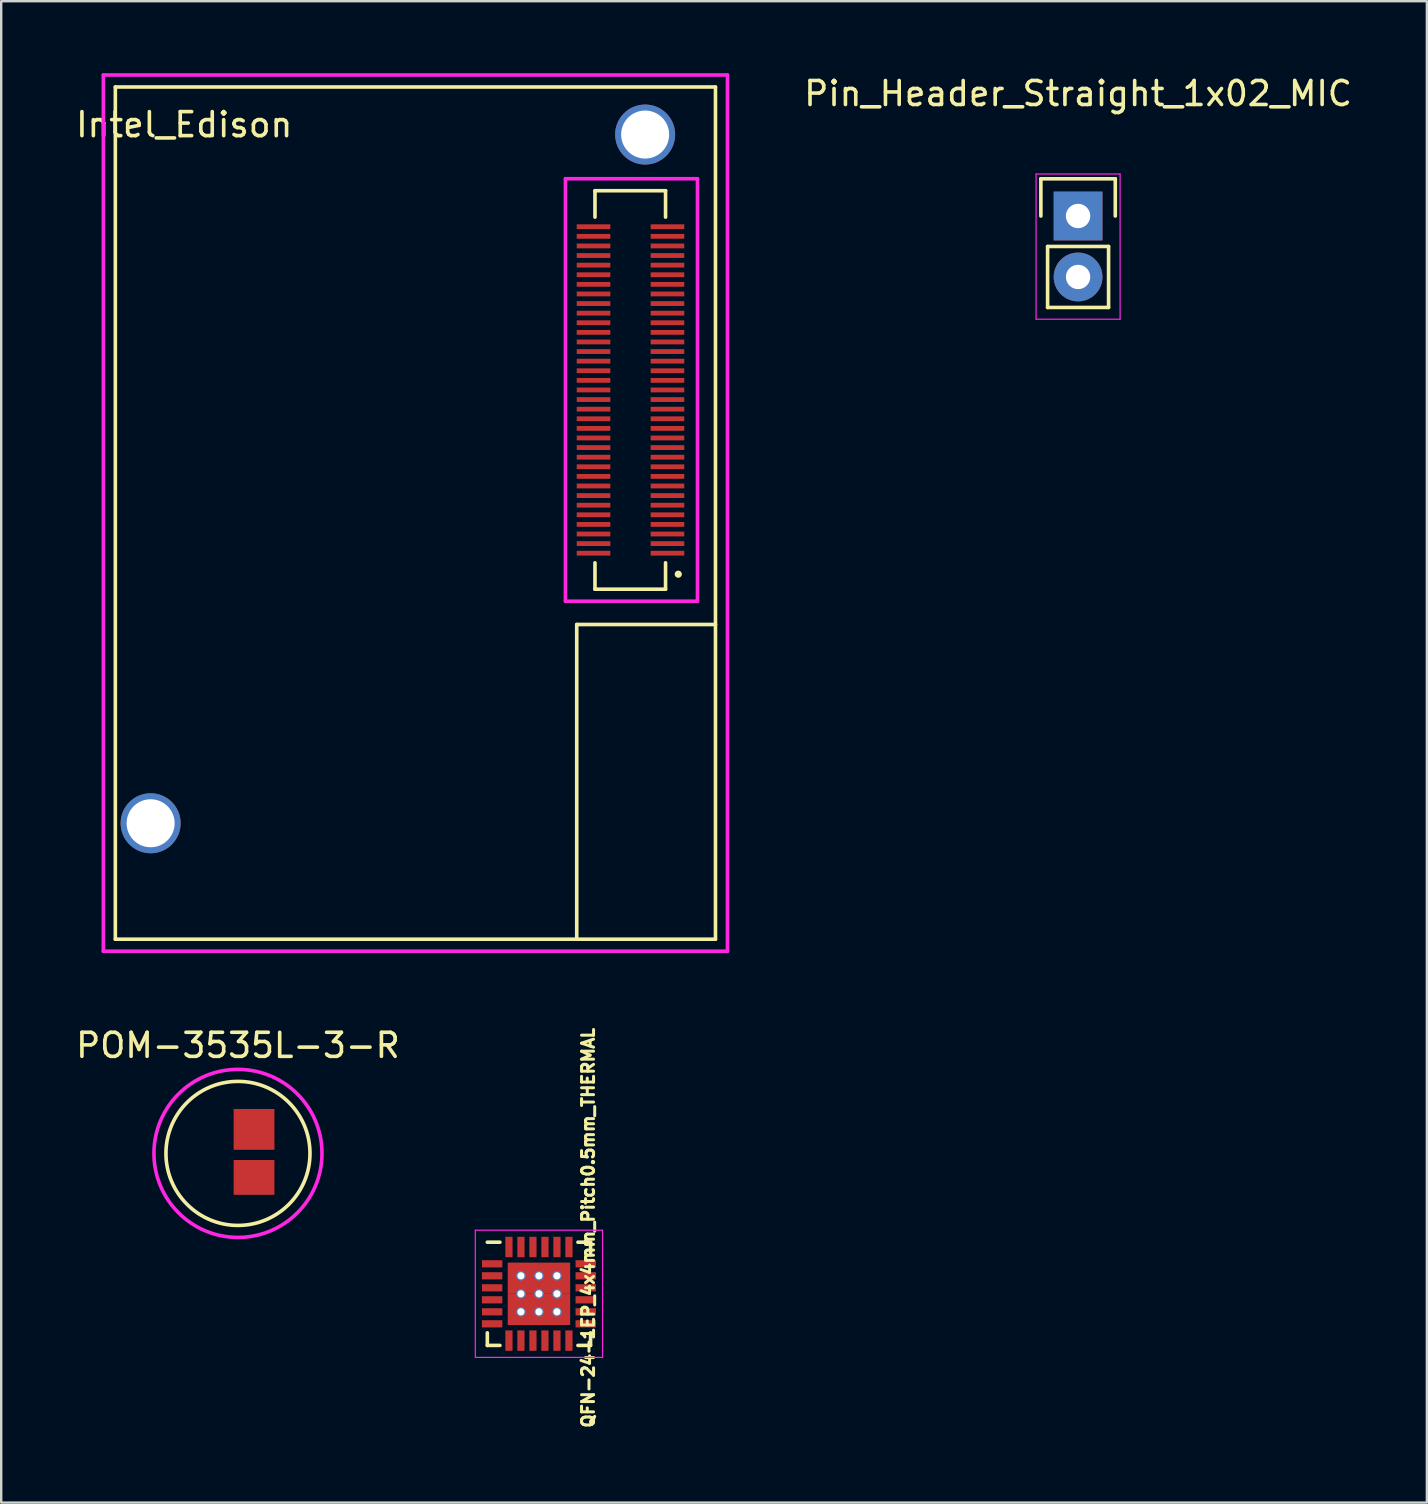
<source format=kicad_pcb>
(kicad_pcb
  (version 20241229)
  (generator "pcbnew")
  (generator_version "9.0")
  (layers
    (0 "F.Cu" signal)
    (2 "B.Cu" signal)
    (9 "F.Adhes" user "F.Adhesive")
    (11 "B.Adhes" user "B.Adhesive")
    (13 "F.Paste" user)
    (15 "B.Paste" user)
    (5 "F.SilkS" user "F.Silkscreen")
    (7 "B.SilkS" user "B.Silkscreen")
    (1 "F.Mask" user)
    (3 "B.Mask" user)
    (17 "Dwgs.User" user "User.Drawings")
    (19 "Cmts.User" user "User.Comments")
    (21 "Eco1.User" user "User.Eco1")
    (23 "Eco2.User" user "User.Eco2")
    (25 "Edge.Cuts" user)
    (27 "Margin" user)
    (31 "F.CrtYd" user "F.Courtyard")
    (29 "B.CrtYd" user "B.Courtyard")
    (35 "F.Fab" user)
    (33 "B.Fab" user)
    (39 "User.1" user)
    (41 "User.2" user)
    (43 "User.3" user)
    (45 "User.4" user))
  (footprint "POM-3535L-3-R"
    (layer "F.Cu")
    (at 6.863 44.998)
    (property "Reference" "POM-3535L-3-R" (at 0 -4.5 0) (layer "F.SilkS") (effects (font (size 1 1) (thickness 0.15))))
    (attr through_hole)
    (fp_circle (center 0 0) (end 3 0) (stroke (width 0.15) (type solid)) (fill no) (layer "F.SilkS"))
    (fp_circle (center 0 0) (end 3.5 0) (stroke (width 0.15) (type solid)) (fill no) (layer "F.CrtYd"))
    (pad "+" smd rect (at 0.67 -1 180) (size 1.7 1.7) (layers "F.Cu" "F.Mask" "F.Paste"))
    (pad "-" smd rect (at 0.67 1 180) (size 1.7 1.45) (layers "F.Cu" "F.Mask" "F.Paste")))
  (footprint "Intel_Edison"
    (layer "F.Cu")
    (at 3.225 31.245)
    (property "Reference" "Intel_Edison" (at 1.4 -29.1 180) (layer "F.SilkS") (effects (font (size 1 1) (thickness 0.15))))
    (attr through_hole)
    (fp_line (start -1.47 4.83) (end -1.47 -30.67) (stroke (width 0.15) (type solid)) (layer "F.SilkS"))
    (fp_line (start 17.75 -8.28) (end 17.75 4.83) (stroke (width 0.15) (type solid)) (layer "F.SilkS"))
    (fp_line (start 17.75 -8.28) (end 23.53 -8.28) (stroke (width 0.15) (type solid)) (layer "F.SilkS"))
    (fp_line (start 18.51 -26.35) (end 21.45 -26.35) (stroke (width 0.15) (type solid)) (layer "F.SilkS"))
    (fp_line (start 18.51 -25.25) (end 18.51 -26.35) (stroke (width 0.15) (type solid)) (layer "F.SilkS"))
    (fp_line (start 18.51 -9.75) (end 18.51 -10.85) (stroke (width 0.15) (type solid)) (layer "F.SilkS"))
    (fp_line (start 21.45 -25.25) (end 21.45 -26.35) (stroke (width 0.15) (type solid)) (layer "F.SilkS"))
    (fp_line (start 21.45 -9.75) (end 18.51 -9.75) (stroke (width 0.15) (type solid)) (layer "F.SilkS"))
    (fp_line (start 21.45 -9.75) (end 21.45 -10.85) (stroke (width 0.15) (type solid)) (layer "F.SilkS"))
    (fp_line (start 23.53 -30.67) (end -1.47 -30.67) (stroke (width 0.15) (type solid)) (layer "F.SilkS"))
    (fp_line (start 23.53 4.83) (end -1.47 4.83) (stroke (width 0.15) (type solid)) (layer "F.SilkS"))
    (fp_line (start 23.53 4.83) (end 23.53 -30.67) (stroke (width 0.15) (type solid)) (layer "F.SilkS"))
    (fp_circle (center 21.98 -10.375) (end 21.98 -10.45) (stroke (width 0.15) (type solid)) (fill no) (layer "F.SilkS"))
    (fp_line (start -1.97 5.33) (end -1.97 -31.17) (stroke (width 0.15) (type solid)) (layer "F.CrtYd"))
    (fp_line (start 17.28 -26.85) (end 22.78 -26.85) (stroke (width 0.15) (type solid)) (layer "F.CrtYd"))
    (fp_line (start 17.28 -9.25) (end 17.28 -26.85) (stroke (width 0.15) (type solid)) (layer "F.CrtYd"))
    (fp_line (start 22.78 -26.85) (end 22.78 -9.25) (stroke (width 0.15) (type solid)) (layer "F.CrtYd"))
    (fp_line (start 22.78 -9.25) (end 17.28 -9.25) (stroke (width 0.15) (type solid)) (layer "F.CrtYd"))
    (fp_line (start 24.03 -31.17) (end -1.97 -31.17) (stroke (width 0.15) (type solid)) (layer "F.CrtYd"))
    (fp_line (start 24.03 5.33) (end -1.97 5.33) (stroke (width 0.15) (type solid)) (layer "F.CrtYd"))
    (fp_line (start 24.03 5.33) (end 24.03 -31.17) (stroke (width 0.15) (type solid)) (layer "F.CrtYd"))
    (pad "1" smd rect (at 21.53 -11.25 90) (size 0.2 1.4) (layers "F.Cu" "F.Mask" "F.Paste"))
    (pad "2" smd rect (at 18.45 -11.25 90) (size 0.2 1.4) (layers "F.Cu" "F.Mask" "F.Paste"))
    (pad "3" smd rect (at 21.53 -11.65 90) (size 0.2 1.4) (layers "F.Cu" "F.Mask" "F.Paste"))
    (pad "4" smd rect (at 18.45 -11.65 90) (size 0.2 1.4) (layers "F.Cu" "F.Mask" "F.Paste"))
    (pad "5" smd rect (at 21.53 -12.05 90) (size 0.2 1.4) (layers "F.Cu" "F.Mask" "F.Paste"))
    (pad "6" smd rect (at 18.45 -12.05 90) (size 0.2 1.4) (layers "F.Cu" "F.Mask" "F.Paste"))
    (pad "7" smd rect (at 21.53 -12.45 90) (size 0.2 1.4) (layers "F.Cu" "F.Mask" "F.Paste"))
    (pad "8" smd rect (at 18.45 -12.45 90) (size 0.2 1.4) (layers "F.Cu" "F.Mask" "F.Paste"))
    (pad "9" smd rect (at 21.53 -12.85 90) (size 0.2 1.4) (layers "F.Cu" "F.Mask" "F.Paste"))
    (pad "10" smd rect (at 18.45 -12.85 90) (size 0.2 1.4) (layers "F.Cu" "F.Mask" "F.Paste"))
    (pad "11" smd rect (at 21.53 -13.25 90) (size 0.2 1.4) (layers "F.Cu" "F.Mask" "F.Paste"))
    (pad "12" smd rect (at 18.45 -13.25 90) (size 0.2 1.4) (layers "F.Cu" "F.Mask" "F.Paste"))
    (pad "13" smd rect (at 21.53 -13.65 90) (size 0.2 1.4) (layers "F.Cu" "F.Mask" "F.Paste"))
    (pad "14" smd rect (at 18.45 -13.65 90) (size 0.2 1.4) (layers "F.Cu" "F.Mask" "F.Paste"))
    (pad "15" smd rect (at 21.53 -14.05 90) (size 0.2 1.4) (layers "F.Cu" "F.Mask" "F.Paste"))
    (pad "16" smd rect (at 18.45 -14.05 90) (size 0.2 1.4) (layers "F.Cu" "F.Mask" "F.Paste"))
    (pad "17" smd rect (at 21.53 -14.45 90) (size 0.2 1.4) (layers "F.Cu" "F.Mask" "F.Paste"))
    (pad "18" smd rect (at 18.45 -14.45 90) (size 0.2 1.4) (layers "F.Cu" "F.Mask" "F.Paste"))
    (pad "19" smd rect (at 21.53 -14.85 90) (size 0.2 1.4) (layers "F.Cu" "F.Mask" "F.Paste"))
    (pad "20" smd rect (at 18.45 -14.85 90) (size 0.2 1.4) (layers "F.Cu" "F.Mask" "F.Paste"))
    (pad "21" smd rect (at 21.53 -15.25 90) (size 0.2 1.4) (layers "F.Cu" "F.Mask" "F.Paste"))
    (pad "22" smd rect (at 18.45 -15.25 90) (size 0.2 1.4) (layers "F.Cu" "F.Mask" "F.Paste"))
    (pad "23" smd rect (at 21.53 -15.65 90) (size 0.2 1.4) (layers "F.Cu" "F.Mask" "F.Paste"))
    (pad "24" smd rect (at 18.45 -15.65 90) (size 0.2 1.4) (layers "F.Cu" "F.Mask" "F.Paste"))
    (pad "25" smd rect (at 21.53 -16.05 90) (size 0.2 1.4) (layers "F.Cu" "F.Mask" "F.Paste"))
    (pad "26" smd rect (at 18.45 -16.05 90) (size 0.2 1.4) (layers "F.Cu" "F.Mask" "F.Paste"))
    (pad "27" smd rect (at 21.53 -16.45 90) (size 0.2 1.4) (layers "F.Cu" "F.Mask" "F.Paste"))
    (pad "28" smd rect (at 18.45 -16.45 90) (size 0.2 1.4) (layers "F.Cu" "F.Mask" "F.Paste"))
    (pad "29" smd rect (at 21.53 -16.85 90) (size 0.2 1.4) (layers "F.Cu" "F.Mask" "F.Paste"))
    (pad "30" smd rect (at 18.45 -16.85 90) (size 0.2 1.4) (layers "F.Cu" "F.Mask" "F.Paste"))
    (pad "31" smd rect (at 21.53 -17.25 90) (size 0.2 1.4) (layers "F.Cu" "F.Mask" "F.Paste"))
    (pad "32" smd rect (at 18.45 -17.25 90) (size 0.2 1.4) (layers "F.Cu" "F.Mask" "F.Paste"))
    (pad "33" smd rect (at 21.53 -17.65 90) (size 0.2 1.4) (layers "F.Cu" "F.Mask" "F.Paste"))
    (pad "34" smd rect (at 18.45 -17.65 90) (size 0.2 1.4) (layers "F.Cu" "F.Mask" "F.Paste"))
    (pad "35" smd rect (at 21.53 -18.05 90) (size 0.2 1.4) (layers "F.Cu" "F.Mask" "F.Paste"))
    (pad "36" smd rect (at 18.45 -18.05 90) (size 0.2 1.4) (layers "F.Cu" "F.Mask" "F.Paste"))
    (pad "37" smd rect (at 21.53 -18.45 90) (size 0.2 1.4) (layers "F.Cu" "F.Mask" "F.Paste"))
    (pad "38" smd rect (at 18.45 -18.45 90) (size 0.2 1.4) (layers "F.Cu" "F.Mask" "F.Paste"))
    (pad "39" smd rect (at 21.53 -18.85 90) (size 0.2 1.4) (layers "F.Cu" "F.Mask" "F.Paste"))
    (pad "40" smd rect (at 18.45 -18.85 90) (size 0.2 1.4) (layers "F.Cu" "F.Mask" "F.Paste"))
    (pad "41" smd rect (at 21.53 -19.25 90) (size 0.2 1.4) (layers "F.Cu" "F.Mask" "F.Paste"))
    (pad "42" smd rect (at 18.45 -19.25 90) (size 0.2 1.4) (layers "F.Cu" "F.Mask" "F.Paste"))
    (pad "43" smd rect (at 21.53 -19.65 90) (size 0.2 1.4) (layers "F.Cu" "F.Mask" "F.Paste"))
    (pad "44" smd rect (at 18.45 -19.65 90) (size 0.2 1.4) (layers "F.Cu" "F.Mask" "F.Paste"))
    (pad "45" smd rect (at 21.53 -20.05 90) (size 0.2 1.4) (layers "F.Cu" "F.Mask" "F.Paste"))
    (pad "46" smd rect (at 18.45 -20.05 90) (size 0.2 1.4) (layers "F.Cu" "F.Mask" "F.Paste"))
    (pad "47" smd rect (at 21.53 -20.45 90) (size 0.2 1.4) (layers "F.Cu" "F.Mask" "F.Paste"))
    (pad "48" smd rect (at 18.45 -20.45 90) (size 0.2 1.4) (layers "F.Cu" "F.Mask" "F.Paste"))
    (pad "49" smd rect (at 21.53 -20.85 90) (size 0.2 1.4) (layers "F.Cu" "F.Mask" "F.Paste"))
    (pad "50" smd rect (at 18.45 -20.85 90) (size 0.2 1.4) (layers "F.Cu" "F.Mask" "F.Paste"))
    (pad "51" smd rect (at 21.53 -21.25 90) (size 0.2 1.4) (layers "F.Cu" "F.Mask" "F.Paste"))
    (pad "52" smd rect (at 18.45 -21.25 90) (size 0.2 1.4) (layers "F.Cu" "F.Mask" "F.Paste"))
    (pad "53" smd rect (at 21.53 -21.65 90) (size 0.2 1.4) (layers "F.Cu" "F.Mask" "F.Paste"))
    (pad "54" smd rect (at 18.45 -21.65 90) (size 0.2 1.4) (layers "F.Cu" "F.Mask" "F.Paste"))
    (pad "55" smd rect (at 21.53 -22.05 90) (size 0.2 1.4) (layers "F.Cu" "F.Mask" "F.Paste"))
    (pad "56" smd rect (at 18.45 -22.05 90) (size 0.2 1.4) (layers "F.Cu" "F.Mask" "F.Paste"))
    (pad "57" smd rect (at 21.53 -22.45 90) (size 0.2 1.4) (layers "F.Cu" "F.Mask" "F.Paste"))
    (pad "58" smd rect (at 18.45 -22.45 90) (size 0.2 1.4) (layers "F.Cu" "F.Mask" "F.Paste"))
    (pad "59" smd rect (at 21.53 -22.85 90) (size 0.2 1.4) (layers "F.Cu" "F.Mask" "F.Paste"))
    (pad "60" smd rect (at 18.45 -22.85 90) (size 0.2 1.4) (layers "F.Cu" "F.Mask" "F.Paste"))
    (pad "61" smd rect (at 21.53 -23.25 90) (size 0.2 1.4) (layers "F.Cu" "F.Mask" "F.Paste"))
    (pad "62" smd rect (at 18.45 -23.25 90) (size 0.2 1.4) (layers "F.Cu" "F.Mask" "F.Paste"))
    (pad "63" smd rect (at 21.53 -23.65 90) (size 0.2 1.4) (layers "F.Cu" "F.Mask" "F.Paste"))
    (pad "64" smd rect (at 18.45 -23.65 90) (size 0.2 1.4) (layers "F.Cu" "F.Mask" "F.Paste"))
    (pad "65" smd rect (at 21.53 -24.05 90) (size 0.2 1.4) (layers "F.Cu" "F.Mask" "F.Paste"))
    (pad "66" smd rect (at 18.45 -24.05 90) (size 0.2 1.4) (layers "F.Cu" "F.Mask" "F.Paste"))
    (pad "67" smd rect (at 21.53 -24.45 90) (size 0.2 1.4) (layers "F.Cu" "F.Mask" "F.Paste"))
    (pad "68" smd rect (at 18.45 -24.45 90) (size 0.2 1.4) (layers "F.Cu" "F.Mask" "F.Paste"))
    (pad "69" smd rect (at 21.53 -24.85 90) (size 0.2 1.4) (layers "F.Cu" "F.Mask" "F.Paste"))
    (pad "70" smd rect (at 18.45 -24.85 90) (size 0.2 1.4) (layers "F.Cu" "F.Mask" "F.Paste"))
    (pad "~" thru_hole circle (at 0 0) (size 2.5 2.5) (drill 2) (layers "*.Cu" "*.Mask"))
    (pad "~" thru_hole circle (at 20.6 -28.69) (size 2.5 2.5) (drill 2) (layers "*.Cu" "*.Mask")))
  (footprint "Pin_Header_Straight_1x02_MIC"
    (layer "F.Cu")
    (at 41.86 5.948)
    (property "Reference" "Pin_Header_Straight_1x02_MIC" (at 0 -5.1 0) (layer "F.SilkS") (effects (font (size 1 1) (thickness 0.15))))
    (attr through_hole)
    (fp_line (start -1.55 -1.55) (end 1.55 -1.55) (stroke (width 0.15) (type solid)) (layer "F.SilkS"))
    (fp_line (start -1.55 0) (end -1.55 -1.55) (stroke (width 0.15) (type solid)) (layer "F.SilkS"))
    (fp_line (start -1.27 1.27) (end -1.27 3.81) (stroke (width 0.15) (type solid)) (layer "F.SilkS"))
    (fp_line (start -1.27 3.81) (end 1.27 3.81) (stroke (width 0.15) (type solid)) (layer "F.SilkS"))
    (fp_line (start 1.27 1.27) (end -1.27 1.27) (stroke (width 0.15) (type solid)) (layer "F.SilkS"))
    (fp_line (start 1.27 1.27) (end 1.27 3.81) (stroke (width 0.15) (type solid)) (layer "F.SilkS"))
    (fp_line (start 1.55 -1.55) (end 1.55 0) (stroke (width 0.15) (type solid)) (layer "F.SilkS"))
    (fp_line (start -1.75 -1.75) (end -1.75 4.3) (stroke (width 0.05) (type solid)) (layer "F.CrtYd"))
    (fp_line (start -1.75 -1.75) (end 1.75 -1.75) (stroke (width 0.05) (type solid)) (layer "F.CrtYd"))
    (fp_line (start -1.75 4.3) (end 1.75 4.3) (stroke (width 0.05) (type solid)) (layer "F.CrtYd"))
    (fp_line (start 1.75 -1.75) (end 1.75 4.3) (stroke (width 0.05) (type solid)) (layer "F.CrtYd"))
    (pad "+" thru_hole rect (at 0 0) (size 2.032 2.032) (drill 1.016) (layers "*.Cu" "*.Mask"))
    (pad "-" thru_hole oval (at 0 2.54) (size 2.032 2.032) (drill 1.016) (layers "*.Cu" "*.Mask")))
  (footprint "QFN-24-1EP_4x4mm_Pitch0.5mm_THERMAL"
    (layer "F.Cu")
    (at 19.401 50.847)
    (property "Reference" "QFN-24-1EP_4x4mm_Pitch0.5mm_THERMAL" (at 2.05 -2.75 90) (layer "F.SilkS") (effects (font (size 0.5 0.5) (thickness 0.125))))
    (attr smd)
    (fp_line (start -2.15 -2.15) (end -1.625 -2.15) (stroke (width 0.15) (type solid)) (layer "F.SilkS"))
    (fp_line (start -2.15 2.15) (end -2.15 1.625) (stroke (width 0.15) (type solid)) (layer "F.SilkS"))
    (fp_line (start -2.15 2.15) (end -1.625 2.15) (stroke (width 0.15) (type solid)) (layer "F.SilkS"))
    (fp_line (start 2.15 -2.15) (end 1.625 -2.15) (stroke (width 0.15) (type solid)) (layer "F.SilkS"))
    (fp_line (start 2.15 -2.15) (end 2.15 -1.625) (stroke (width 0.15) (type solid)) (layer "F.SilkS"))
    (fp_line (start 2.15 2.15) (end 1.625 2.15) (stroke (width 0.15) (type solid)) (layer "F.SilkS"))
    (fp_line (start 2.15 2.15) (end 2.15 1.625) (stroke (width 0.15) (type solid)) (layer "F.SilkS"))
    (fp_line (start -2.65 -2.65) (end -2.65 2.65) (stroke (width 0.05) (type solid)) (layer "F.CrtYd"))
    (fp_line (start -2.65 -2.65) (end 2.65 -2.65) (stroke (width 0.05) (type solid)) (layer "F.CrtYd"))
    (fp_line (start -2.65 2.65) (end 2.65 2.65) (stroke (width 0.05) (type solid)) (layer "F.CrtYd"))
    (fp_line (start 2.65 -2.65) (end 2.65 2.65) (stroke (width 0.05) (type solid)) (layer "F.CrtYd"))
    (pad "1" smd rect (at -1.95 -1.25) (size 0.85 0.3) (layers "F.Cu" "F.Mask" "F.Paste"))
    (pad "2" smd rect (at -1.95 -0.75) (size 0.85 0.3) (layers "F.Cu" "F.Mask" "F.Paste"))
    (pad "2" thru_hole circle (at -0.75 -0.75) (size 0.4 0.4) (drill 0.3) (layers "*.Cu" "*.Mask"))
    (pad "2" thru_hole circle (at -0.75 0) (size 0.4 0.4) (drill 0.3) (layers "*.Cu" "*.Mask"))
    (pad "2" thru_hole circle (at -0.75 0.75) (size 0.4 0.4) (drill 0.3) (layers "*.Cu" "*.Mask"))
    (pad "2" smd rect (at -0.65 -0.65) (size 1.3 1.3) (layers "F.Cu" "F.Mask" "F.Paste"))
    (pad "2" smd rect (at -0.65 0.65) (size 1.3 1.3) (layers "F.Cu" "F.Mask" "F.Paste"))
    (pad "2" thru_hole circle (at 0 -0.75) (size 0.4 0.4) (drill 0.3) (layers "*.Cu" "*.Mask"))
    (pad "2" thru_hole circle (at 0 0) (size 0.4 0.4) (drill 0.3) (layers "*.Cu" "*.Mask"))
    (pad "2" thru_hole circle (at 0 0.75) (size 0.4 0.4) (drill 0.3) (layers "*.Cu" "*.Mask"))
    (pad "2" smd rect (at 0.65 -0.65) (size 1.3 1.3) (layers "F.Cu" "F.Mask" "F.Paste"))
    (pad "2" smd rect (at 0.65 0.65) (size 1.3 1.3) (layers "F.Cu" "F.Mask" "F.Paste"))
    (pad "2" thru_hole circle (at 0.75 -0.75) (size 0.4 0.4) (drill 0.3) (layers "*.Cu" "*.Mask"))
    (pad "2" thru_hole circle (at 0.75 0) (size 0.4 0.4) (drill 0.3) (layers "*.Cu" "*.Mask"))
    (pad "2" thru_hole circle (at 0.75 0.75) (size 0.4 0.4) (drill 0.3) (layers "*.Cu" "*.Mask"))
    (pad "3" smd rect (at -1.95 -0.25) (size 0.85 0.3) (layers "F.Cu" "F.Mask" "F.Paste"))
    (pad "4" smd rect (at -1.95 0.25) (size 0.85 0.3) (layers "F.Cu" "F.Mask" "F.Paste"))
    (pad "5" smd rect (at -1.95 0.75) (size 0.85 0.3) (layers "F.Cu" "F.Mask" "F.Paste"))
    (pad "6" smd rect (at -1.95 1.25) (size 0.85 0.3) (layers "F.Cu" "F.Mask" "F.Paste"))
    (pad "7" smd rect (at -1.25 1.95 90) (size 0.85 0.3) (layers "F.Cu" "F.Mask" "F.Paste"))
    (pad "8" smd rect (at -0.75 1.95 90) (size 0.85 0.3) (layers "F.Cu" "F.Mask" "F.Paste"))
    (pad "9" smd rect (at -0.25 1.95 90) (size 0.85 0.3) (layers "F.Cu" "F.Mask" "F.Paste"))
    (pad "10" smd rect (at 0.25 1.95 90) (size 0.85 0.3) (layers "F.Cu" "F.Mask" "F.Paste"))
    (pad "11" smd rect (at 0.75 1.95 90) (size 0.85 0.3) (layers "F.Cu" "F.Mask" "F.Paste"))
    (pad "12" smd rect (at 1.25 1.95 90) (size 0.85 0.3) (layers "F.Cu" "F.Mask" "F.Paste"))
    (pad "13" smd rect (at 1.95 1.25) (size 0.85 0.3) (layers "F.Cu" "F.Mask" "F.Paste"))
    (pad "14" smd rect (at 1.95 0.75) (size 0.85 0.3) (layers "F.Cu" "F.Mask" "F.Paste"))
    (pad "15" smd rect (at 1.95 0.25) (size 0.85 0.3) (layers "F.Cu" "F.Mask" "F.Paste"))
    (pad "16" smd rect (at 1.95 -0.25) (size 0.85 0.3) (layers "F.Cu" "F.Mask" "F.Paste"))
    (pad "17" smd rect (at 1.95 -0.75) (size 0.85 0.3) (layers "F.Cu" "F.Mask" "F.Paste"))
    (pad "18" smd rect (at 1.95 -1.25) (size 0.85 0.3) (layers "F.Cu" "F.Mask" "F.Paste"))
    (pad "19" smd rect (at 1.25 -1.95 90) (size 0.85 0.3) (layers "F.Cu" "F.Mask" "F.Paste"))
    (pad "20" smd rect (at 0.75 -1.95 90) (size 0.85 0.3) (layers "F.Cu" "F.Mask" "F.Paste"))
    (pad "21" smd rect (at 0.25 -1.95 90) (size 0.85 0.3) (layers "F.Cu" "F.Mask" "F.Paste"))
    (pad "22" smd rect (at -0.25 -1.95 90) (size 0.85 0.3) (layers "F.Cu" "F.Mask" "F.Paste"))
    (pad "23" smd rect (at -0.75 -1.95 90) (size 0.85 0.3) (layers "F.Cu" "F.Mask" "F.Paste"))
    (pad "24" smd rect (at -1.25 -1.95 90) (size 0.85 0.3) (layers "F.Cu" "F.Mask" "F.Paste")))
  (gr_rect
    (start -3 -3)
    (end 56.39 59.544)
    (stroke (width 0.1) (type default))
    (fill no)
    (layer "Edge.Cuts")))
</source>
